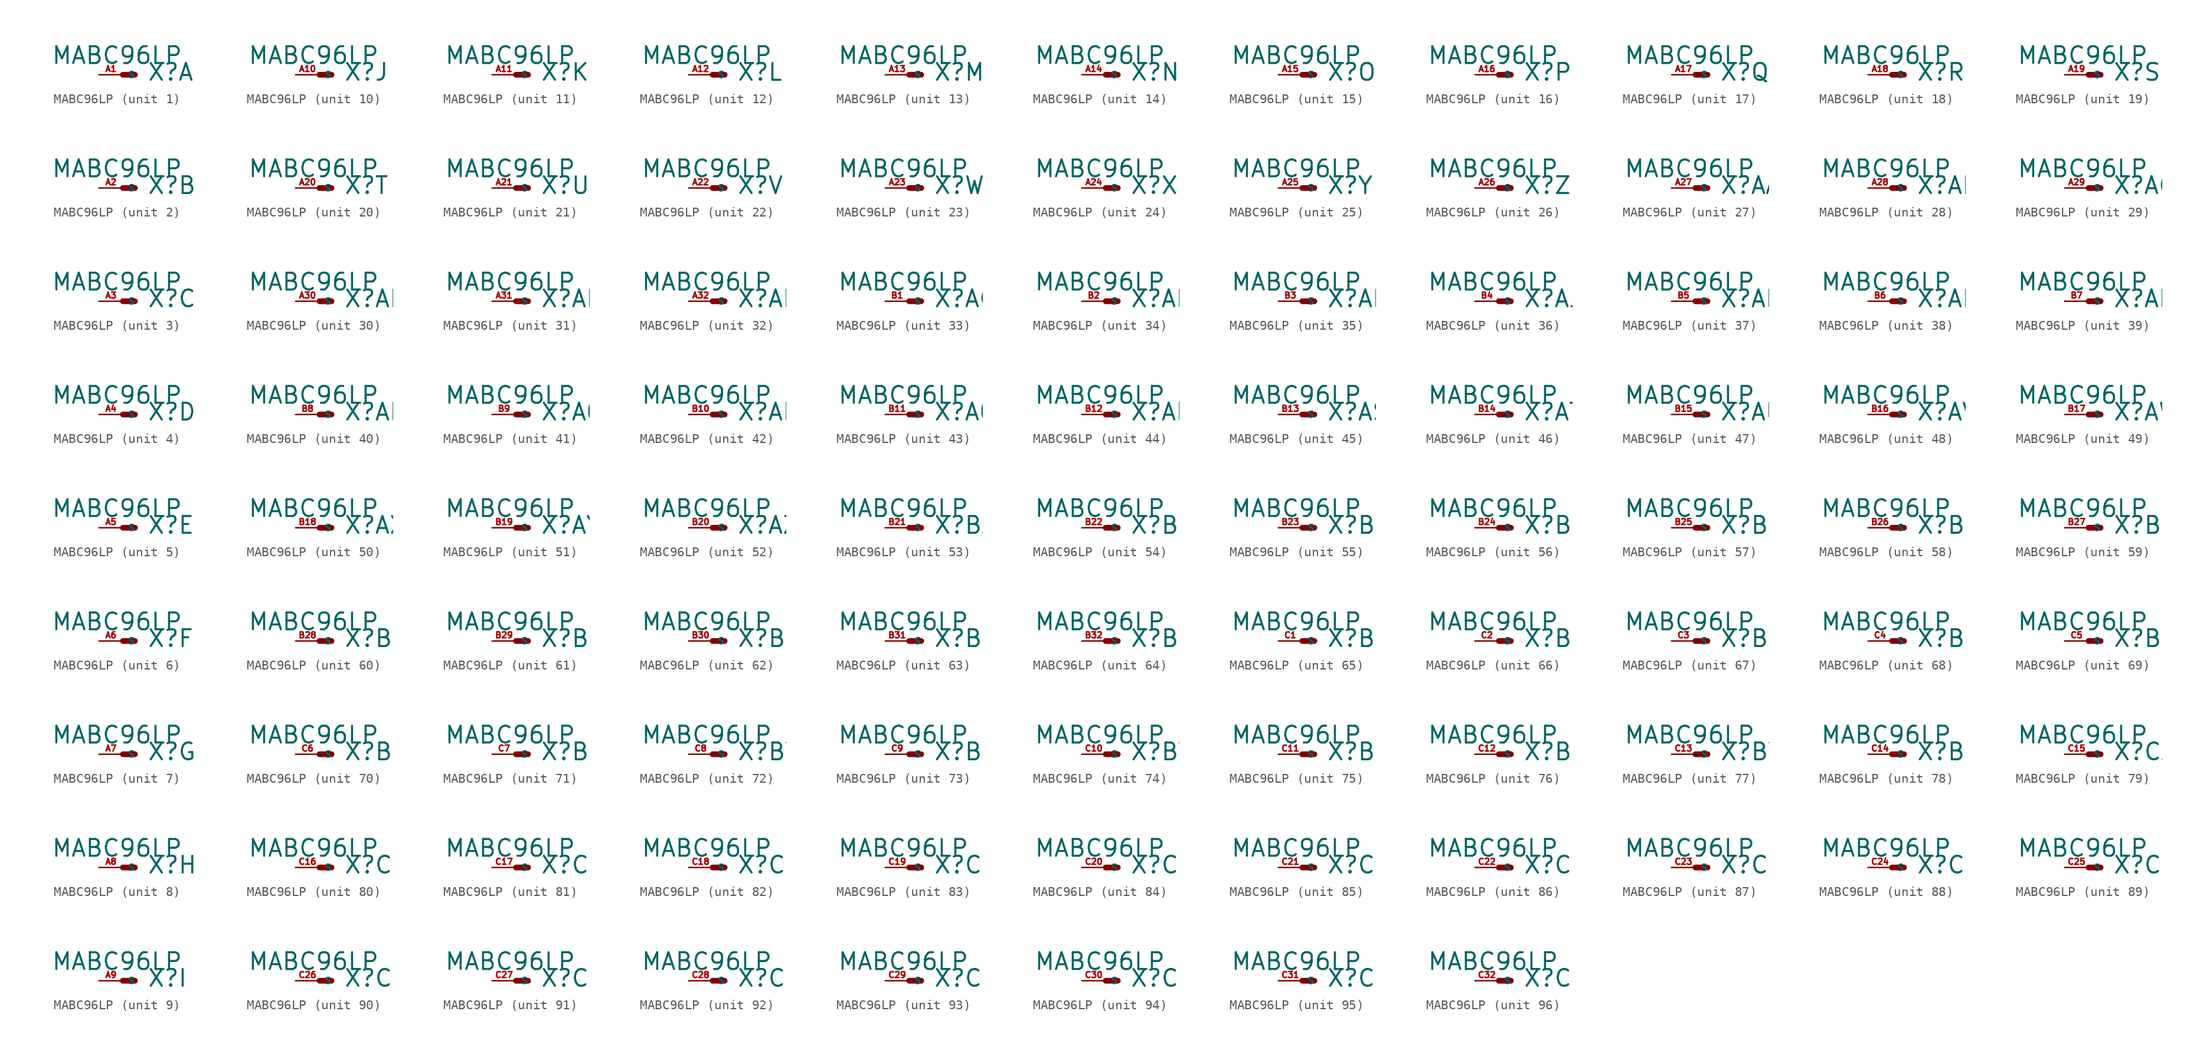
<source format=kicad_sym>
(kicad_symbol_lib
  (version 20220914)
  (generator Eagle2Kicad)
  (symbol "MABC96LP"
    (property "Reference" "X"
      (at 2.54 -0.762 0)
      (effects (font (size 1.778 1.778) (thickness 0.22)) (justify left bottom)))
    (property "Value" "MABC96LP"
      (at -7.62 1.016 0)
      (effects (font (size 1.778 1.778) (thickness 0.22)) (justify left bottom)))
    (symbol "MABC96LP_1_0"
      (polyline (pts (xy 0 0) (xy 1.27 0)) (stroke (width 0.61) (type default)) (fill (type none)))
      (pin passive line (at -2.54 0 0) (length 2.54) (name "S" (effects (font (size 0.635 0.635) (thickness 0.08)) (justify left bottom))) (number "A1" (effects (font (size 0.635 0.635) (thickness 0.08)) (justify left bottom)))))
    (symbol "MABC96LP_2_0"
      (polyline (pts (xy 0 0) (xy 1.27 0)) (stroke (width 0.61) (type default)) (fill (type none)))
      (pin passive line (at -2.54 0 0) (length 2.54) (name "S" (effects (font (size 0.635 0.635) (thickness 0.08)) (justify left bottom))) (number "A2" (effects (font (size 0.635 0.635) (thickness 0.08)) (justify left bottom)))))
    (symbol "MABC96LP_3_0"
      (polyline (pts (xy 0 0) (xy 1.27 0)) (stroke (width 0.61) (type default)) (fill (type none)))
      (pin passive line (at -2.54 0 0) (length 2.54) (name "S" (effects (font (size 0.635 0.635) (thickness 0.08)) (justify left bottom))) (number "A3" (effects (font (size 0.635 0.635) (thickness 0.08)) (justify left bottom)))))
    (symbol "MABC96LP_4_0"
      (polyline (pts (xy 0 0) (xy 1.27 0)) (stroke (width 0.61) (type default)) (fill (type none)))
      (pin passive line (at -2.54 0 0) (length 2.54) (name "S" (effects (font (size 0.635 0.635) (thickness 0.08)) (justify left bottom))) (number "A4" (effects (font (size 0.635 0.635) (thickness 0.08)) (justify left bottom)))))
    (symbol "MABC96LP_5_0"
      (polyline (pts (xy 0 0) (xy 1.27 0)) (stroke (width 0.61) (type default)) (fill (type none)))
      (pin passive line (at -2.54 0 0) (length 2.54) (name "S" (effects (font (size 0.635 0.635) (thickness 0.08)) (justify left bottom))) (number "A5" (effects (font (size 0.635 0.635) (thickness 0.08)) (justify left bottom)))))
    (symbol "MABC96LP_6_0"
      (polyline (pts (xy 0 0) (xy 1.27 0)) (stroke (width 0.61) (type default)) (fill (type none)))
      (pin passive line (at -2.54 0 0) (length 2.54) (name "S" (effects (font (size 0.635 0.635) (thickness 0.08)) (justify left bottom))) (number "A6" (effects (font (size 0.635 0.635) (thickness 0.08)) (justify left bottom)))))
    (symbol "MABC96LP_7_0"
      (polyline (pts (xy 0 0) (xy 1.27 0)) (stroke (width 0.61) (type default)) (fill (type none)))
      (pin passive line (at -2.54 0 0) (length 2.54) (name "S" (effects (font (size 0.635 0.635) (thickness 0.08)) (justify left bottom))) (number "A7" (effects (font (size 0.635 0.635) (thickness 0.08)) (justify left bottom)))))
    (symbol "MABC96LP_8_0"
      (polyline (pts (xy 0 0) (xy 1.27 0)) (stroke (width 0.61) (type default)) (fill (type none)))
      (pin passive line (at -2.54 0 0) (length 2.54) (name "S" (effects (font (size 0.635 0.635) (thickness 0.08)) (justify left bottom))) (number "A8" (effects (font (size 0.635 0.635) (thickness 0.08)) (justify left bottom)))))
    (symbol "MABC96LP_9_0"
      (polyline (pts (xy 0 0) (xy 1.27 0)) (stroke (width 0.61) (type default)) (fill (type none)))
      (pin passive line (at -2.54 0 0) (length 2.54) (name "S" (effects (font (size 0.635 0.635) (thickness 0.08)) (justify left bottom))) (number "A9" (effects (font (size 0.635 0.635) (thickness 0.08)) (justify left bottom)))))
    (symbol "MABC96LP_10_0"
      (polyline (pts (xy 0 0) (xy 1.27 0)) (stroke (width 0.61) (type default)) (fill (type none)))
      (pin passive line (at -2.54 0 0) (length 2.54) (name "S" (effects (font (size 0.635 0.635) (thickness 0.08)) (justify left bottom))) (number "A10" (effects (font (size 0.635 0.635) (thickness 0.08)) (justify left bottom)))))
    (symbol "MABC96LP_11_0"
      (polyline (pts (xy 0 0) (xy 1.27 0)) (stroke (width 0.61) (type default)) (fill (type none)))
      (pin passive line (at -2.54 0 0) (length 2.54) (name "S" (effects (font (size 0.635 0.635) (thickness 0.08)) (justify left bottom))) (number "A11" (effects (font (size 0.635 0.635) (thickness 0.08)) (justify left bottom)))))
    (symbol "MABC96LP_12_0"
      (polyline (pts (xy 0 0) (xy 1.27 0)) (stroke (width 0.61) (type default)) (fill (type none)))
      (pin passive line (at -2.54 0 0) (length 2.54) (name "S" (effects (font (size 0.635 0.635) (thickness 0.08)) (justify left bottom))) (number "A12" (effects (font (size 0.635 0.635) (thickness 0.08)) (justify left bottom)))))
    (symbol "MABC96LP_13_0"
      (polyline (pts (xy 0 0) (xy 1.27 0)) (stroke (width 0.61) (type default)) (fill (type none)))
      (pin passive line (at -2.54 0 0) (length 2.54) (name "S" (effects (font (size 0.635 0.635) (thickness 0.08)) (justify left bottom))) (number "A13" (effects (font (size 0.635 0.635) (thickness 0.08)) (justify left bottom)))))
    (symbol "MABC96LP_14_0"
      (polyline (pts (xy 0 0) (xy 1.27 0)) (stroke (width 0.61) (type default)) (fill (type none)))
      (pin passive line (at -2.54 0 0) (length 2.54) (name "S" (effects (font (size 0.635 0.635) (thickness 0.08)) (justify left bottom))) (number "A14" (effects (font (size 0.635 0.635) (thickness 0.08)) (justify left bottom)))))
    (symbol "MABC96LP_15_0"
      (polyline (pts (xy 0 0) (xy 1.27 0)) (stroke (width 0.61) (type default)) (fill (type none)))
      (pin passive line (at -2.54 0 0) (length 2.54) (name "S" (effects (font (size 0.635 0.635) (thickness 0.08)) (justify left bottom))) (number "A15" (effects (font (size 0.635 0.635) (thickness 0.08)) (justify left bottom)))))
    (symbol "MABC96LP_16_0"
      (polyline (pts (xy 0 0) (xy 1.27 0)) (stroke (width 0.61) (type default)) (fill (type none)))
      (pin passive line (at -2.54 0 0) (length 2.54) (name "S" (effects (font (size 0.635 0.635) (thickness 0.08)) (justify left bottom))) (number "A16" (effects (font (size 0.635 0.635) (thickness 0.08)) (justify left bottom)))))
    (symbol "MABC96LP_17_0"
      (polyline (pts (xy 0 0) (xy 1.27 0)) (stroke (width 0.61) (type default)) (fill (type none)))
      (pin passive line (at -2.54 0 0) (length 2.54) (name "S" (effects (font (size 0.635 0.635) (thickness 0.08)) (justify left bottom))) (number "A17" (effects (font (size 0.635 0.635) (thickness 0.08)) (justify left bottom)))))
    (symbol "MABC96LP_18_0"
      (polyline (pts (xy 0 0) (xy 1.27 0)) (stroke (width 0.61) (type default)) (fill (type none)))
      (pin passive line (at -2.54 0 0) (length 2.54) (name "S" (effects (font (size 0.635 0.635) (thickness 0.08)) (justify left bottom))) (number "A18" (effects (font (size 0.635 0.635) (thickness 0.08)) (justify left bottom)))))
    (symbol "MABC96LP_19_0"
      (polyline (pts (xy 0 0) (xy 1.27 0)) (stroke (width 0.61) (type default)) (fill (type none)))
      (pin passive line (at -2.54 0 0) (length 2.54) (name "S" (effects (font (size 0.635 0.635) (thickness 0.08)) (justify left bottom))) (number "A19" (effects (font (size 0.635 0.635) (thickness 0.08)) (justify left bottom)))))
    (symbol "MABC96LP_20_0"
      (polyline (pts (xy 0 0) (xy 1.27 0)) (stroke (width 0.61) (type default)) (fill (type none)))
      (pin passive line (at -2.54 0 0) (length 2.54) (name "S" (effects (font (size 0.635 0.635) (thickness 0.08)) (justify left bottom))) (number "A20" (effects (font (size 0.635 0.635) (thickness 0.08)) (justify left bottom)))))
    (symbol "MABC96LP_21_0"
      (polyline (pts (xy 0 0) (xy 1.27 0)) (stroke (width 0.61) (type default)) (fill (type none)))
      (pin passive line (at -2.54 0 0) (length 2.54) (name "S" (effects (font (size 0.635 0.635) (thickness 0.08)) (justify left bottom))) (number "A21" (effects (font (size 0.635 0.635) (thickness 0.08)) (justify left bottom)))))
    (symbol "MABC96LP_22_0"
      (polyline (pts (xy 0 0) (xy 1.27 0)) (stroke (width 0.61) (type default)) (fill (type none)))
      (pin passive line (at -2.54 0 0) (length 2.54) (name "S" (effects (font (size 0.635 0.635) (thickness 0.08)) (justify left bottom))) (number "A22" (effects (font (size 0.635 0.635) (thickness 0.08)) (justify left bottom)))))
    (symbol "MABC96LP_23_0"
      (polyline (pts (xy 0 0) (xy 1.27 0)) (stroke (width 0.61) (type default)) (fill (type none)))
      (pin passive line (at -2.54 0 0) (length 2.54) (name "S" (effects (font (size 0.635 0.635) (thickness 0.08)) (justify left bottom))) (number "A23" (effects (font (size 0.635 0.635) (thickness 0.08)) (justify left bottom)))))
    (symbol "MABC96LP_24_0"
      (polyline (pts (xy 0 0) (xy 1.27 0)) (stroke (width 0.61) (type default)) (fill (type none)))
      (pin passive line (at -2.54 0 0) (length 2.54) (name "S" (effects (font (size 0.635 0.635) (thickness 0.08)) (justify left bottom))) (number "A24" (effects (font (size 0.635 0.635) (thickness 0.08)) (justify left bottom)))))
    (symbol "MABC96LP_25_0"
      (polyline (pts (xy 0 0) (xy 1.27 0)) (stroke (width 0.61) (type default)) (fill (type none)))
      (pin passive line (at -2.54 0 0) (length 2.54) (name "S" (effects (font (size 0.635 0.635) (thickness 0.08)) (justify left bottom))) (number "A25" (effects (font (size 0.635 0.635) (thickness 0.08)) (justify left bottom)))))
    (symbol "MABC96LP_26_0"
      (polyline (pts (xy 0 0) (xy 1.27 0)) (stroke (width 0.61) (type default)) (fill (type none)))
      (pin passive line (at -2.54 0 0) (length 2.54) (name "S" (effects (font (size 0.635 0.635) (thickness 0.08)) (justify left bottom))) (number "A26" (effects (font (size 0.635 0.635) (thickness 0.08)) (justify left bottom)))))
    (symbol "MABC96LP_27_0"
      (polyline (pts (xy 0 0) (xy 1.27 0)) (stroke (width 0.61) (type default)) (fill (type none)))
      (pin passive line (at -2.54 0 0) (length 2.54) (name "S" (effects (font (size 0.635 0.635) (thickness 0.08)) (justify left bottom))) (number "A27" (effects (font (size 0.635 0.635) (thickness 0.08)) (justify left bottom)))))
    (symbol "MABC96LP_28_0"
      (polyline (pts (xy 0 0) (xy 1.27 0)) (stroke (width 0.61) (type default)) (fill (type none)))
      (pin passive line (at -2.54 0 0) (length 2.54) (name "S" (effects (font (size 0.635 0.635) (thickness 0.08)) (justify left bottom))) (number "A28" (effects (font (size 0.635 0.635) (thickness 0.08)) (justify left bottom)))))
    (symbol "MABC96LP_29_0"
      (polyline (pts (xy 0 0) (xy 1.27 0)) (stroke (width 0.61) (type default)) (fill (type none)))
      (pin passive line (at -2.54 0 0) (length 2.54) (name "S" (effects (font (size 0.635 0.635) (thickness 0.08)) (justify left bottom))) (number "A29" (effects (font (size 0.635 0.635) (thickness 0.08)) (justify left bottom)))))
    (symbol "MABC96LP_30_0"
      (polyline (pts (xy 0 0) (xy 1.27 0)) (stroke (width 0.61) (type default)) (fill (type none)))
      (pin passive line (at -2.54 0 0) (length 2.54) (name "S" (effects (font (size 0.635 0.635) (thickness 0.08)) (justify left bottom))) (number "A30" (effects (font (size 0.635 0.635) (thickness 0.08)) (justify left bottom)))))
    (symbol "MABC96LP_31_0"
      (polyline (pts (xy 0 0) (xy 1.27 0)) (stroke (width 0.61) (type default)) (fill (type none)))
      (pin passive line (at -2.54 0 0) (length 2.54) (name "S" (effects (font (size 0.635 0.635) (thickness 0.08)) (justify left bottom))) (number "A31" (effects (font (size 0.635 0.635) (thickness 0.08)) (justify left bottom)))))
    (symbol "MABC96LP_32_0"
      (polyline (pts (xy 0 0) (xy 1.27 0)) (stroke (width 0.61) (type default)) (fill (type none)))
      (pin passive line (at -2.54 0 0) (length 2.54) (name "S" (effects (font (size 0.635 0.635) (thickness 0.08)) (justify left bottom))) (number "A32" (effects (font (size 0.635 0.635) (thickness 0.08)) (justify left bottom)))))
    (symbol "MABC96LP_33_0"
      (polyline (pts (xy 0 0) (xy 1.27 0)) (stroke (width 0.61) (type default)) (fill (type none)))
      (pin passive line (at -2.54 0 0) (length 2.54) (name "S" (effects (font (size 0.635 0.635) (thickness 0.08)) (justify left bottom))) (number "B1" (effects (font (size 0.635 0.635) (thickness 0.08)) (justify left bottom)))))
    (symbol "MABC96LP_34_0"
      (polyline (pts (xy 0 0) (xy 1.27 0)) (stroke (width 0.61) (type default)) (fill (type none)))
      (pin passive line (at -2.54 0 0) (length 2.54) (name "S" (effects (font (size 0.635 0.635) (thickness 0.08)) (justify left bottom))) (number "B2" (effects (font (size 0.635 0.635) (thickness 0.08)) (justify left bottom)))))
    (symbol "MABC96LP_35_0"
      (polyline (pts (xy 0 0) (xy 1.27 0)) (stroke (width 0.61) (type default)) (fill (type none)))
      (pin passive line (at -2.54 0 0) (length 2.54) (name "S" (effects (font (size 0.635 0.635) (thickness 0.08)) (justify left bottom))) (number "B3" (effects (font (size 0.635 0.635) (thickness 0.08)) (justify left bottom)))))
    (symbol "MABC96LP_36_0"
      (polyline (pts (xy 0 0) (xy 1.27 0)) (stroke (width 0.61) (type default)) (fill (type none)))
      (pin passive line (at -2.54 0 0) (length 2.54) (name "S" (effects (font (size 0.635 0.635) (thickness 0.08)) (justify left bottom))) (number "B4" (effects (font (size 0.635 0.635) (thickness 0.08)) (justify left bottom)))))
    (symbol "MABC96LP_37_0"
      (polyline (pts (xy 0 0) (xy 1.27 0)) (stroke (width 0.61) (type default)) (fill (type none)))
      (pin passive line (at -2.54 0 0) (length 2.54) (name "S" (effects (font (size 0.635 0.635) (thickness 0.08)) (justify left bottom))) (number "B5" (effects (font (size 0.635 0.635) (thickness 0.08)) (justify left bottom)))))
    (symbol "MABC96LP_38_0"
      (polyline (pts (xy 0 0) (xy 1.27 0)) (stroke (width 0.61) (type default)) (fill (type none)))
      (pin passive line (at -2.54 0 0) (length 2.54) (name "S" (effects (font (size 0.635 0.635) (thickness 0.08)) (justify left bottom))) (number "B6" (effects (font (size 0.635 0.635) (thickness 0.08)) (justify left bottom)))))
    (symbol "MABC96LP_39_0"
      (polyline (pts (xy 0 0) (xy 1.27 0)) (stroke (width 0.61) (type default)) (fill (type none)))
      (pin passive line (at -2.54 0 0) (length 2.54) (name "S" (effects (font (size 0.635 0.635) (thickness 0.08)) (justify left bottom))) (number "B7" (effects (font (size 0.635 0.635) (thickness 0.08)) (justify left bottom)))))
    (symbol "MABC96LP_40_0"
      (polyline (pts (xy 0 0) (xy 1.27 0)) (stroke (width 0.61) (type default)) (fill (type none)))
      (pin passive line (at -2.54 0 0) (length 2.54) (name "S" (effects (font (size 0.635 0.635) (thickness 0.08)) (justify left bottom))) (number "B8" (effects (font (size 0.635 0.635) (thickness 0.08)) (justify left bottom)))))
    (symbol "MABC96LP_41_0"
      (polyline (pts (xy 0 0) (xy 1.27 0)) (stroke (width 0.61) (type default)) (fill (type none)))
      (pin passive line (at -2.54 0 0) (length 2.54) (name "S" (effects (font (size 0.635 0.635) (thickness 0.08)) (justify left bottom))) (number "B9" (effects (font (size 0.635 0.635) (thickness 0.08)) (justify left bottom)))))
    (symbol "MABC96LP_42_0"
      (polyline (pts (xy 0 0) (xy 1.27 0)) (stroke (width 0.61) (type default)) (fill (type none)))
      (pin passive line (at -2.54 0 0) (length 2.54) (name "S" (effects (font (size 0.635 0.635) (thickness 0.08)) (justify left bottom))) (number "B10" (effects (font (size 0.635 0.635) (thickness 0.08)) (justify left bottom)))))
    (symbol "MABC96LP_43_0"
      (polyline (pts (xy 0 0) (xy 1.27 0)) (stroke (width 0.61) (type default)) (fill (type none)))
      (pin passive line (at -2.54 0 0) (length 2.54) (name "S" (effects (font (size 0.635 0.635) (thickness 0.08)) (justify left bottom))) (number "B11" (effects (font (size 0.635 0.635) (thickness 0.08)) (justify left bottom)))))
    (symbol "MABC96LP_44_0"
      (polyline (pts (xy 0 0) (xy 1.27 0)) (stroke (width 0.61) (type default)) (fill (type none)))
      (pin passive line (at -2.54 0 0) (length 2.54) (name "S" (effects (font (size 0.635 0.635) (thickness 0.08)) (justify left bottom))) (number "B12" (effects (font (size 0.635 0.635) (thickness 0.08)) (justify left bottom)))))
    (symbol "MABC96LP_45_0"
      (polyline (pts (xy 0 0) (xy 1.27 0)) (stroke (width 0.61) (type default)) (fill (type none)))
      (pin passive line (at -2.54 0 0) (length 2.54) (name "S" (effects (font (size 0.635 0.635) (thickness 0.08)) (justify left bottom))) (number "B13" (effects (font (size 0.635 0.635) (thickness 0.08)) (justify left bottom)))))
    (symbol "MABC96LP_46_0"
      (polyline (pts (xy 0 0) (xy 1.27 0)) (stroke (width 0.61) (type default)) (fill (type none)))
      (pin passive line (at -2.54 0 0) (length 2.54) (name "S" (effects (font (size 0.635 0.635) (thickness 0.08)) (justify left bottom))) (number "B14" (effects (font (size 0.635 0.635) (thickness 0.08)) (justify left bottom)))))
    (symbol "MABC96LP_47_0"
      (polyline (pts (xy 0 0) (xy 1.27 0)) (stroke (width 0.61) (type default)) (fill (type none)))
      (pin passive line (at -2.54 0 0) (length 2.54) (name "S" (effects (font (size 0.635 0.635) (thickness 0.08)) (justify left bottom))) (number "B15" (effects (font (size 0.635 0.635) (thickness 0.08)) (justify left bottom)))))
    (symbol "MABC96LP_48_0"
      (polyline (pts (xy 0 0) (xy 1.27 0)) (stroke (width 0.61) (type default)) (fill (type none)))
      (pin passive line (at -2.54 0 0) (length 2.54) (name "S" (effects (font (size 0.635 0.635) (thickness 0.08)) (justify left bottom))) (number "B16" (effects (font (size 0.635 0.635) (thickness 0.08)) (justify left bottom)))))
    (symbol "MABC96LP_49_0"
      (polyline (pts (xy 0 0) (xy 1.27 0)) (stroke (width 0.61) (type default)) (fill (type none)))
      (pin passive line (at -2.54 0 0) (length 2.54) (name "S" (effects (font (size 0.635 0.635) (thickness 0.08)) (justify left bottom))) (number "B17" (effects (font (size 0.635 0.635) (thickness 0.08)) (justify left bottom)))))
    (symbol "MABC96LP_50_0"
      (polyline (pts (xy 0 0) (xy 1.27 0)) (stroke (width 0.61) (type default)) (fill (type none)))
      (pin passive line (at -2.54 0 0) (length 2.54) (name "S" (effects (font (size 0.635 0.635) (thickness 0.08)) (justify left bottom))) (number "B18" (effects (font (size 0.635 0.635) (thickness 0.08)) (justify left bottom)))))
    (symbol "MABC96LP_51_0"
      (polyline (pts (xy 0 0) (xy 1.27 0)) (stroke (width 0.61) (type default)) (fill (type none)))
      (pin passive line (at -2.54 0 0) (length 2.54) (name "S" (effects (font (size 0.635 0.635) (thickness 0.08)) (justify left bottom))) (number "B19" (effects (font (size 0.635 0.635) (thickness 0.08)) (justify left bottom)))))
    (symbol "MABC96LP_52_0"
      (polyline (pts (xy 0 0) (xy 1.27 0)) (stroke (width 0.61) (type default)) (fill (type none)))
      (pin passive line (at -2.54 0 0) (length 2.54) (name "S" (effects (font (size 0.635 0.635) (thickness 0.08)) (justify left bottom))) (number "B20" (effects (font (size 0.635 0.635) (thickness 0.08)) (justify left bottom)))))
    (symbol "MABC96LP_53_0"
      (polyline (pts (xy 0 0) (xy 1.27 0)) (stroke (width 0.61) (type default)) (fill (type none)))
      (pin passive line (at -2.54 0 0) (length 2.54) (name "S" (effects (font (size 0.635 0.635) (thickness 0.08)) (justify left bottom))) (number "B21" (effects (font (size 0.635 0.635) (thickness 0.08)) (justify left bottom)))))
    (symbol "MABC96LP_54_0"
      (polyline (pts (xy 0 0) (xy 1.27 0)) (stroke (width 0.61) (type default)) (fill (type none)))
      (pin passive line (at -2.54 0 0) (length 2.54) (name "S" (effects (font (size 0.635 0.635) (thickness 0.08)) (justify left bottom))) (number "B22" (effects (font (size 0.635 0.635) (thickness 0.08)) (justify left bottom)))))
    (symbol "MABC96LP_55_0"
      (polyline (pts (xy 0 0) (xy 1.27 0)) (stroke (width 0.61) (type default)) (fill (type none)))
      (pin passive line (at -2.54 0 0) (length 2.54) (name "S" (effects (font (size 0.635 0.635) (thickness 0.08)) (justify left bottom))) (number "B23" (effects (font (size 0.635 0.635) (thickness 0.08)) (justify left bottom)))))
    (symbol "MABC96LP_56_0"
      (polyline (pts (xy 0 0) (xy 1.27 0)) (stroke (width 0.61) (type default)) (fill (type none)))
      (pin passive line (at -2.54 0 0) (length 2.54) (name "S" (effects (font (size 0.635 0.635) (thickness 0.08)) (justify left bottom))) (number "B24" (effects (font (size 0.635 0.635) (thickness 0.08)) (justify left bottom)))))
    (symbol "MABC96LP_57_0"
      (polyline (pts (xy 0 0) (xy 1.27 0)) (stroke (width 0.61) (type default)) (fill (type none)))
      (pin passive line (at -2.54 0 0) (length 2.54) (name "S" (effects (font (size 0.635 0.635) (thickness 0.08)) (justify left bottom))) (number "B25" (effects (font (size 0.635 0.635) (thickness 0.08)) (justify left bottom)))))
    (symbol "MABC96LP_58_0"
      (polyline (pts (xy 0 0) (xy 1.27 0)) (stroke (width 0.61) (type default)) (fill (type none)))
      (pin passive line (at -2.54 0 0) (length 2.54) (name "S" (effects (font (size 0.635 0.635) (thickness 0.08)) (justify left bottom))) (number "B26" (effects (font (size 0.635 0.635) (thickness 0.08)) (justify left bottom)))))
    (symbol "MABC96LP_59_0"
      (polyline (pts (xy 0 0) (xy 1.27 0)) (stroke (width 0.61) (type default)) (fill (type none)))
      (pin passive line (at -2.54 0 0) (length 2.54) (name "S" (effects (font (size 0.635 0.635) (thickness 0.08)) (justify left bottom))) (number "B27" (effects (font (size 0.635 0.635) (thickness 0.08)) (justify left bottom)))))
    (symbol "MABC96LP_60_0"
      (polyline (pts (xy 0 0) (xy 1.27 0)) (stroke (width 0.61) (type default)) (fill (type none)))
      (pin passive line (at -2.54 0 0) (length 2.54) (name "S" (effects (font (size 0.635 0.635) (thickness 0.08)) (justify left bottom))) (number "B28" (effects (font (size 0.635 0.635) (thickness 0.08)) (justify left bottom)))))
    (symbol "MABC96LP_61_0"
      (polyline (pts (xy 0 0) (xy 1.27 0)) (stroke (width 0.61) (type default)) (fill (type none)))
      (pin passive line (at -2.54 0 0) (length 2.54) (name "S" (effects (font (size 0.635 0.635) (thickness 0.08)) (justify left bottom))) (number "B29" (effects (font (size 0.635 0.635) (thickness 0.08)) (justify left bottom)))))
    (symbol "MABC96LP_62_0"
      (polyline (pts (xy 0 0) (xy 1.27 0)) (stroke (width 0.61) (type default)) (fill (type none)))
      (pin passive line (at -2.54 0 0) (length 2.54) (name "S" (effects (font (size 0.635 0.635) (thickness 0.08)) (justify left bottom))) (number "B30" (effects (font (size 0.635 0.635) (thickness 0.08)) (justify left bottom)))))
    (symbol "MABC96LP_63_0"
      (polyline (pts (xy 0 0) (xy 1.27 0)) (stroke (width 0.61) (type default)) (fill (type none)))
      (pin passive line (at -2.54 0 0) (length 2.54) (name "S" (effects (font (size 0.635 0.635) (thickness 0.08)) (justify left bottom))) (number "B31" (effects (font (size 0.635 0.635) (thickness 0.08)) (justify left bottom)))))
    (symbol "MABC96LP_64_0"
      (polyline (pts (xy 0 0) (xy 1.27 0)) (stroke (width 0.61) (type default)) (fill (type none)))
      (pin passive line (at -2.54 0 0) (length 2.54) (name "S" (effects (font (size 0.635 0.635) (thickness 0.08)) (justify left bottom))) (number "B32" (effects (font (size 0.635 0.635) (thickness 0.08)) (justify left bottom)))))
    (symbol "MABC96LP_65_0"
      (polyline (pts (xy 0 0) (xy 1.27 0)) (stroke (width 0.61) (type default)) (fill (type none)))
      (pin passive line (at -2.54 0 0) (length 2.54) (name "S" (effects (font (size 0.635 0.635) (thickness 0.08)) (justify left bottom))) (number "C1" (effects (font (size 0.635 0.635) (thickness 0.08)) (justify left bottom)))))
    (symbol "MABC96LP_66_0"
      (polyline (pts (xy 0 0) (xy 1.27 0)) (stroke (width 0.61) (type default)) (fill (type none)))
      (pin passive line (at -2.54 0 0) (length 2.54) (name "S" (effects (font (size 0.635 0.635) (thickness 0.08)) (justify left bottom))) (number "C2" (effects (font (size 0.635 0.635) (thickness 0.08)) (justify left bottom)))))
    (symbol "MABC96LP_67_0"
      (polyline (pts (xy 0 0) (xy 1.27 0)) (stroke (width 0.61) (type default)) (fill (type none)))
      (pin passive line (at -2.54 0 0) (length 2.54) (name "S" (effects (font (size 0.635 0.635) (thickness 0.08)) (justify left bottom))) (number "C3" (effects (font (size 0.635 0.635) (thickness 0.08)) (justify left bottom)))))
    (symbol "MABC96LP_68_0"
      (polyline (pts (xy 0 0) (xy 1.27 0)) (stroke (width 0.61) (type default)) (fill (type none)))
      (pin passive line (at -2.54 0 0) (length 2.54) (name "S" (effects (font (size 0.635 0.635) (thickness 0.08)) (justify left bottom))) (number "C4" (effects (font (size 0.635 0.635) (thickness 0.08)) (justify left bottom)))))
    (symbol "MABC96LP_69_0"
      (polyline (pts (xy 0 0) (xy 1.27 0)) (stroke (width 0.61) (type default)) (fill (type none)))
      (pin passive line (at -2.54 0 0) (length 2.54) (name "S" (effects (font (size 0.635 0.635) (thickness 0.08)) (justify left bottom))) (number "C5" (effects (font (size 0.635 0.635) (thickness 0.08)) (justify left bottom)))))
    (symbol "MABC96LP_70_0"
      (polyline (pts (xy 0 0) (xy 1.27 0)) (stroke (width 0.61) (type default)) (fill (type none)))
      (pin passive line (at -2.54 0 0) (length 2.54) (name "S" (effects (font (size 0.635 0.635) (thickness 0.08)) (justify left bottom))) (number "C6" (effects (font (size 0.635 0.635) (thickness 0.08)) (justify left bottom)))))
    (symbol "MABC96LP_71_0"
      (polyline (pts (xy 0 0) (xy 1.27 0)) (stroke (width 0.61) (type default)) (fill (type none)))
      (pin passive line (at -2.54 0 0) (length 2.54) (name "S" (effects (font (size 0.635 0.635) (thickness 0.08)) (justify left bottom))) (number "C7" (effects (font (size 0.635 0.635) (thickness 0.08)) (justify left bottom)))))
    (symbol "MABC96LP_72_0"
      (polyline (pts (xy 0 0) (xy 1.27 0)) (stroke (width 0.61) (type default)) (fill (type none)))
      (pin passive line (at -2.54 0 0) (length 2.54) (name "S" (effects (font (size 0.635 0.635) (thickness 0.08)) (justify left bottom))) (number "C8" (effects (font (size 0.635 0.635) (thickness 0.08)) (justify left bottom)))))
    (symbol "MABC96LP_73_0"
      (polyline (pts (xy 0 0) (xy 1.27 0)) (stroke (width 0.61) (type default)) (fill (type none)))
      (pin passive line (at -2.54 0 0) (length 2.54) (name "S" (effects (font (size 0.635 0.635) (thickness 0.08)) (justify left bottom))) (number "C9" (effects (font (size 0.635 0.635) (thickness 0.08)) (justify left bottom)))))
    (symbol "MABC96LP_74_0"
      (polyline (pts (xy 0 0) (xy 1.27 0)) (stroke (width 0.61) (type default)) (fill (type none)))
      (pin passive line (at -2.54 0 0) (length 2.54) (name "S" (effects (font (size 0.635 0.635) (thickness 0.08)) (justify left bottom))) (number "C10" (effects (font (size 0.635 0.635) (thickness 0.08)) (justify left bottom)))))
    (symbol "MABC96LP_75_0"
      (polyline (pts (xy 0 0) (xy 1.27 0)) (stroke (width 0.61) (type default)) (fill (type none)))
      (pin passive line (at -2.54 0 0) (length 2.54) (name "S" (effects (font (size 0.635 0.635) (thickness 0.08)) (justify left bottom))) (number "C11" (effects (font (size 0.635 0.635) (thickness 0.08)) (justify left bottom)))))
    (symbol "MABC96LP_76_0"
      (polyline (pts (xy 0 0) (xy 1.27 0)) (stroke (width 0.61) (type default)) (fill (type none)))
      (pin passive line (at -2.54 0 0) (length 2.54) (name "S" (effects (font (size 0.635 0.635) (thickness 0.08)) (justify left bottom))) (number "C12" (effects (font (size 0.635 0.635) (thickness 0.08)) (justify left bottom)))))
    (symbol "MABC96LP_77_0"
      (polyline (pts (xy 0 0) (xy 1.27 0)) (stroke (width 0.61) (type default)) (fill (type none)))
      (pin passive line (at -2.54 0 0) (length 2.54) (name "S" (effects (font (size 0.635 0.635) (thickness 0.08)) (justify left bottom))) (number "C13" (effects (font (size 0.635 0.635) (thickness 0.08)) (justify left bottom)))))
    (symbol "MABC96LP_78_0"
      (polyline (pts (xy 0 0) (xy 1.27 0)) (stroke (width 0.61) (type default)) (fill (type none)))
      (pin passive line (at -2.54 0 0) (length 2.54) (name "S" (effects (font (size 0.635 0.635) (thickness 0.08)) (justify left bottom))) (number "C14" (effects (font (size 0.635 0.635) (thickness 0.08)) (justify left bottom)))))
    (symbol "MABC96LP_79_0"
      (polyline (pts (xy 0 0) (xy 1.27 0)) (stroke (width 0.61) (type default)) (fill (type none)))
      (pin passive line (at -2.54 0 0) (length 2.54) (name "S" (effects (font (size 0.635 0.635) (thickness 0.08)) (justify left bottom))) (number "C15" (effects (font (size 0.635 0.635) (thickness 0.08)) (justify left bottom)))))
    (symbol "MABC96LP_80_0"
      (polyline (pts (xy 0 0) (xy 1.27 0)) (stroke (width 0.61) (type default)) (fill (type none)))
      (pin passive line (at -2.54 0 0) (length 2.54) (name "S" (effects (font (size 0.635 0.635) (thickness 0.08)) (justify left bottom))) (number "C16" (effects (font (size 0.635 0.635) (thickness 0.08)) (justify left bottom)))))
    (symbol "MABC96LP_81_0"
      (polyline (pts (xy 0 0) (xy 1.27 0)) (stroke (width 0.61) (type default)) (fill (type none)))
      (pin passive line (at -2.54 0 0) (length 2.54) (name "S" (effects (font (size 0.635 0.635) (thickness 0.08)) (justify left bottom))) (number "C17" (effects (font (size 0.635 0.635) (thickness 0.08)) (justify left bottom)))))
    (symbol "MABC96LP_82_0"
      (polyline (pts (xy 0 0) (xy 1.27 0)) (stroke (width 0.61) (type default)) (fill (type none)))
      (pin passive line (at -2.54 0 0) (length 2.54) (name "S" (effects (font (size 0.635 0.635) (thickness 0.08)) (justify left bottom))) (number "C18" (effects (font (size 0.635 0.635) (thickness 0.08)) (justify left bottom)))))
    (symbol "MABC96LP_83_0"
      (polyline (pts (xy 0 0) (xy 1.27 0)) (stroke (width 0.61) (type default)) (fill (type none)))
      (pin passive line (at -2.54 0 0) (length 2.54) (name "S" (effects (font (size 0.635 0.635) (thickness 0.08)) (justify left bottom))) (number "C19" (effects (font (size 0.635 0.635) (thickness 0.08)) (justify left bottom)))))
    (symbol "MABC96LP_84_0"
      (polyline (pts (xy 0 0) (xy 1.27 0)) (stroke (width 0.61) (type default)) (fill (type none)))
      (pin passive line (at -2.54 0 0) (length 2.54) (name "S" (effects (font (size 0.635 0.635) (thickness 0.08)) (justify left bottom))) (number "C20" (effects (font (size 0.635 0.635) (thickness 0.08)) (justify left bottom)))))
    (symbol "MABC96LP_85_0"
      (polyline (pts (xy 0 0) (xy 1.27 0)) (stroke (width 0.61) (type default)) (fill (type none)))
      (pin passive line (at -2.54 0 0) (length 2.54) (name "S" (effects (font (size 0.635 0.635) (thickness 0.08)) (justify left bottom))) (number "C21" (effects (font (size 0.635 0.635) (thickness 0.08)) (justify left bottom)))))
    (symbol "MABC96LP_86_0"
      (polyline (pts (xy 0 0) (xy 1.27 0)) (stroke (width 0.61) (type default)) (fill (type none)))
      (pin passive line (at -2.54 0 0) (length 2.54) (name "S" (effects (font (size 0.635 0.635) (thickness 0.08)) (justify left bottom))) (number "C22" (effects (font (size 0.635 0.635) (thickness 0.08)) (justify left bottom)))))
    (symbol "MABC96LP_87_0"
      (polyline (pts (xy 0 0) (xy 1.27 0)) (stroke (width 0.61) (type default)) (fill (type none)))
      (pin passive line (at -2.54 0 0) (length 2.54) (name "S" (effects (font (size 0.635 0.635) (thickness 0.08)) (justify left bottom))) (number "C23" (effects (font (size 0.635 0.635) (thickness 0.08)) (justify left bottom)))))
    (symbol "MABC96LP_88_0"
      (polyline (pts (xy 0 0) (xy 1.27 0)) (stroke (width 0.61) (type default)) (fill (type none)))
      (pin passive line (at -2.54 0 0) (length 2.54) (name "S" (effects (font (size 0.635 0.635) (thickness 0.08)) (justify left bottom))) (number "C24" (effects (font (size 0.635 0.635) (thickness 0.08)) (justify left bottom)))))
    (symbol "MABC96LP_89_0"
      (polyline (pts (xy 0 0) (xy 1.27 0)) (stroke (width 0.61) (type default)) (fill (type none)))
      (pin passive line (at -2.54 0 0) (length 2.54) (name "S" (effects (font (size 0.635 0.635) (thickness 0.08)) (justify left bottom))) (number "C25" (effects (font (size 0.635 0.635) (thickness 0.08)) (justify left bottom)))))
    (symbol "MABC96LP_90_0"
      (polyline (pts (xy 0 0) (xy 1.27 0)) (stroke (width 0.61) (type default)) (fill (type none)))
      (pin passive line (at -2.54 0 0) (length 2.54) (name "S" (effects (font (size 0.635 0.635) (thickness 0.08)) (justify left bottom))) (number "C26" (effects (font (size 0.635 0.635) (thickness 0.08)) (justify left bottom)))))
    (symbol "MABC96LP_91_0"
      (polyline (pts (xy 0 0) (xy 1.27 0)) (stroke (width 0.61) (type default)) (fill (type none)))
      (pin passive line (at -2.54 0 0) (length 2.54) (name "S" (effects (font (size 0.635 0.635) (thickness 0.08)) (justify left bottom))) (number "C27" (effects (font (size 0.635 0.635) (thickness 0.08)) (justify left bottom)))))
    (symbol "MABC96LP_92_0"
      (polyline (pts (xy 0 0) (xy 1.27 0)) (stroke (width 0.61) (type default)) (fill (type none)))
      (pin passive line (at -2.54 0 0) (length 2.54) (name "S" (effects (font (size 0.635 0.635) (thickness 0.08)) (justify left bottom))) (number "C28" (effects (font (size 0.635 0.635) (thickness 0.08)) (justify left bottom)))))
    (symbol "MABC96LP_93_0"
      (polyline (pts (xy 0 0) (xy 1.27 0)) (stroke (width 0.61) (type default)) (fill (type none)))
      (pin passive line (at -2.54 0 0) (length 2.54) (name "S" (effects (font (size 0.635 0.635) (thickness 0.08)) (justify left bottom))) (number "C29" (effects (font (size 0.635 0.635) (thickness 0.08)) (justify left bottom)))))
    (symbol "MABC96LP_94_0"
      (polyline (pts (xy 0 0) (xy 1.27 0)) (stroke (width 0.61) (type default)) (fill (type none)))
      (pin passive line (at -2.54 0 0) (length 2.54) (name "S" (effects (font (size 0.635 0.635) (thickness 0.08)) (justify left bottom))) (number "C30" (effects (font (size 0.635 0.635) (thickness 0.08)) (justify left bottom)))))
    (symbol "MABC96LP_95_0"
      (polyline (pts (xy 0 0) (xy 1.27 0)) (stroke (width 0.61) (type default)) (fill (type none)))
      (pin passive line (at -2.54 0 0) (length 2.54) (name "S" (effects (font (size 0.635 0.635) (thickness 0.08)) (justify left bottom))) (number "C31" (effects (font (size 0.635 0.635) (thickness 0.08)) (justify left bottom)))))
    (symbol "MABC96LP_96_0"
      (polyline (pts (xy 0 0) (xy 1.27 0)) (stroke (width 0.61) (type default)) (fill (type none)))
      (pin passive line (at -2.54 0 0) (length 2.54) (name "S" (effects (font (size 0.635 0.635) (thickness 0.08)) (justify left bottom))) (number "C32" (effects (font (size 0.635 0.635) (thickness 0.08)) (justify left bottom)))))))
</source>
